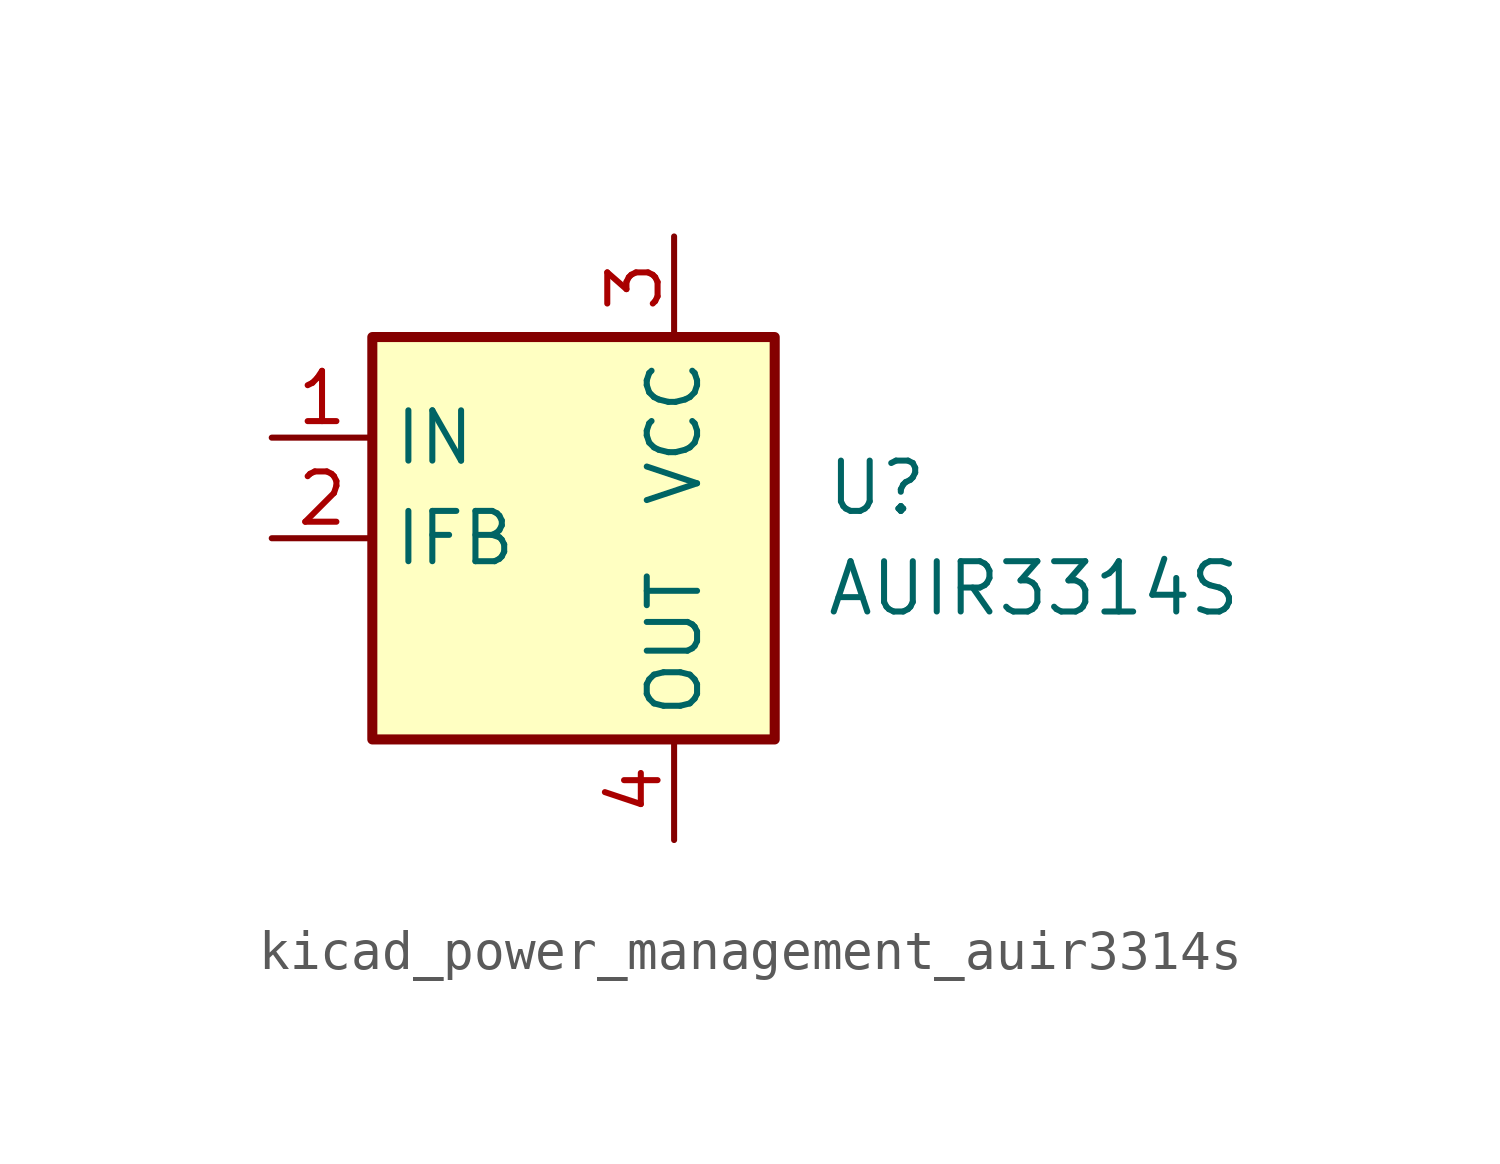
<source format=kicad_sym>
(kicad_symbol_lib
  (version 20220914)
  (generator kicad_symbol_editor)
  (symbol "kicad_power_management_auir3314s"
    (property "Reference" "U"
      (at 3.81 1.27 0)
      (effects (font (size 1.27 1.27)) (justify left)))
    (property "Value" "AUIR3314S"
      (at 3.81 -1.27 0)
      (effects (font (size 1.27 1.27)) (justify left)))
    (symbol "kicad_power_management_auir3314s_0_1"
      (rectangle (start -7.62 5.08) (end 2.54 -5.08) (stroke (width 0.254) (type default)) (fill (type background))))
    (symbol "kicad_power_management_auir3314s_1_1"
      (pin input line (at -10.16 2.54 0) (length 2.54) (name "IN" (effects (font (size 1.27 1.27)))) (number "1" (effects (font (size 1.27 1.27)))))
      (pin output line (at -10.16 0 0) (length 2.54) (name "IFB" (effects (font (size 1.27 1.27)))) (number "2" (effects (font (size 1.27 1.27)))))
      (pin power_in line (at 0 7.62 270) (length 2.54) (name "VCC" (effects (font (size 1.27 1.27)))) (number "3" (effects (font (size 1.27 1.27)))))
      (pin power_out line (at 0 -7.62 90) (length 2.54) (name "OUT" (effects (font (size 1.27 1.27)))) (number "4" (effects (font (size 1.27 1.27)))))
      (pin passive line (at 0 -7.62 90) (length 2.54) hide (name "OUT" (effects (font (size 1.27 1.27)))) (number "5" (effects (font (size 1.27 1.27))))))))
</source>
